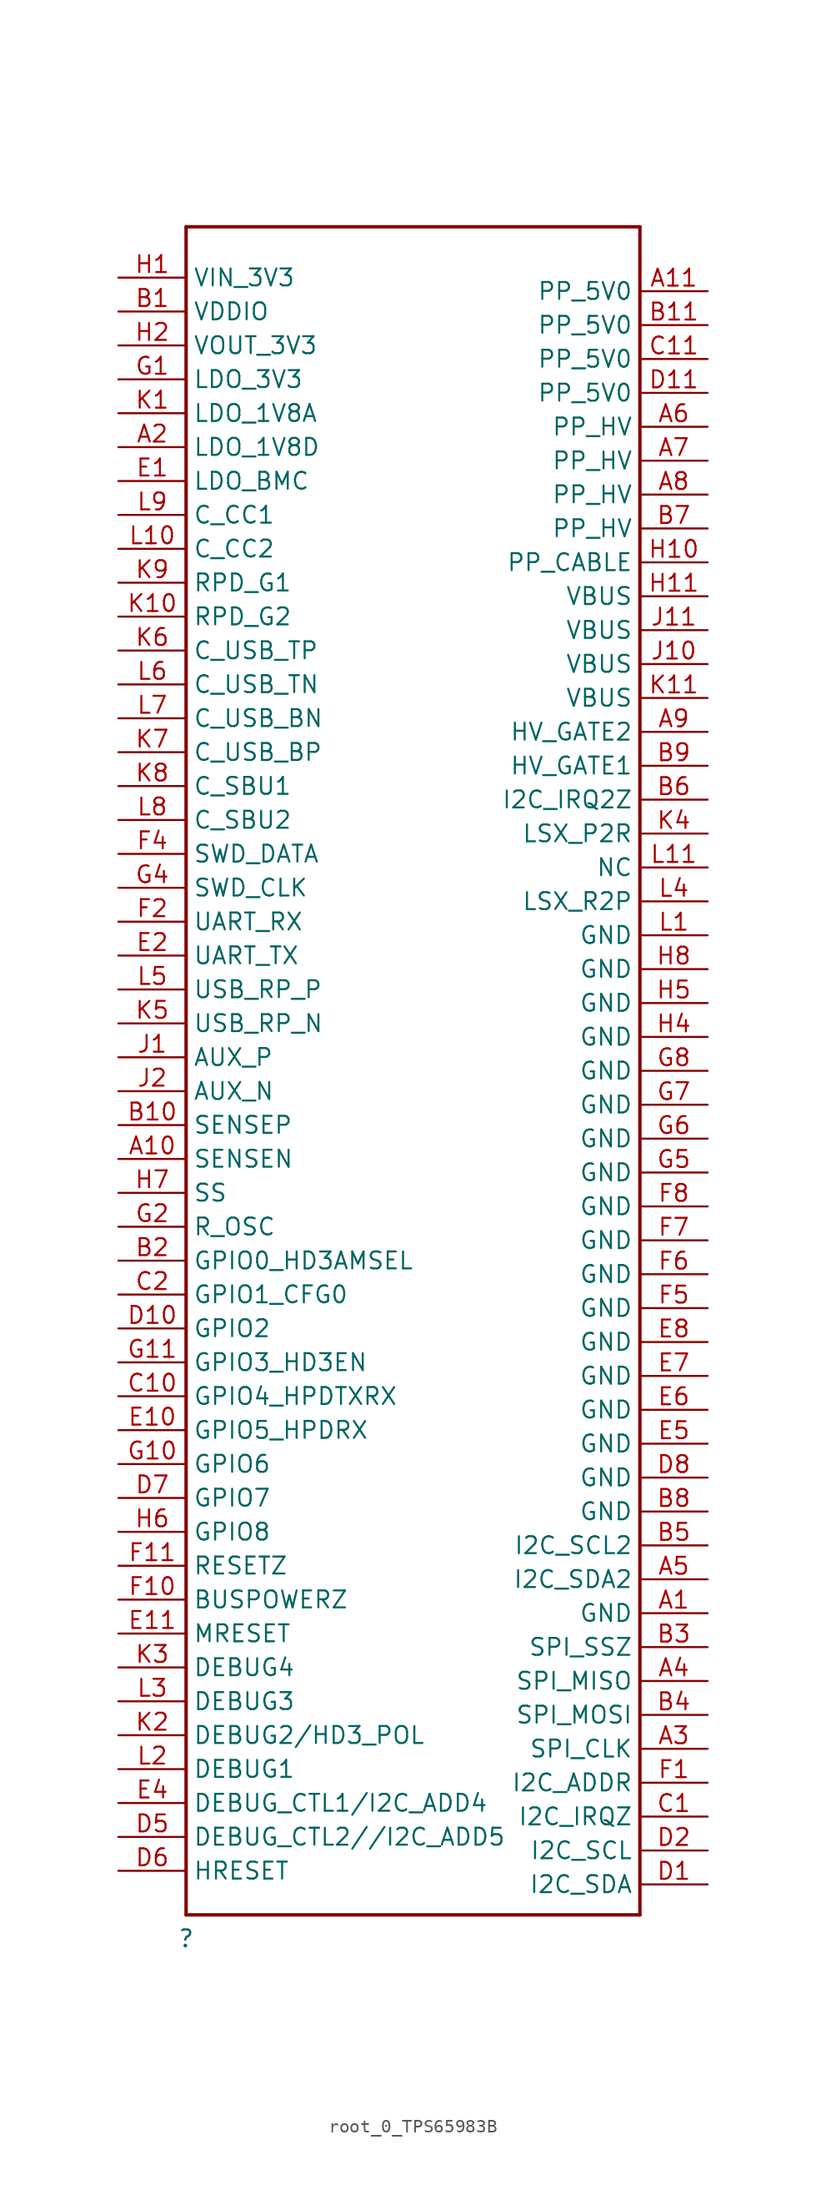
<source format=kicad_sym>
(kicad_symbol_lib
  (version 20220914)
  (generator kicad_symbol_editor)
  (symbol "root_0_TPS65983B"
    (property "Reference" ""
      (at 0 0 0)
      (effects (font (size 1.27 1.27))))
    (property "Value" ""
      (at 0 0 0)
      (effects (font (size 1.27 1.27))))
    (symbol "root_0_TPS65983B_1_0"
      (polyline (pts (xy 0 1.778) (xy 0 128.27)) (stroke (width 0.254) (type solid)) (fill (type none)))
      (polyline (pts (xy 0 128.27) (xy 34.036 128.27)) (stroke (width 0.254) (type solid)) (fill (type none)))
      (polyline (pts (xy 34.036 1.778) (xy 0 1.778)) (stroke (width 0.254) (type solid)) (fill (type none)))
      (polyline (pts (xy 34.036 128.27) (xy 34.036 1.778)) (stroke (width 0.254) (type solid)) (fill (type none)))
      (pin passive line (at 39.116 24.384 180) (length 5.08) (name "GND" (effects (font (size 1.27 1.27)))) (number "A1" (effects (font (size 1.27 1.27)))))
      (pin passive line (at -5.08 58.42 0) (length 5.08) (name "SENSEN" (effects (font (size 1.27 1.27)))) (number "A10" (effects (font (size 1.27 1.27)))))
      (pin passive line (at 39.116 123.444 180) (length 5.08) (name "PP_5V0" (effects (font (size 1.27 1.27)))) (number "A11" (effects (font (size 1.27 1.27)))))
      (pin passive line (at -5.08 111.76 0) (length 5.08) (name "LDO_1V8D" (effects (font (size 1.27 1.27)))) (number "A2" (effects (font (size 1.27 1.27)))))
      (pin passive line (at 39.116 14.224 180) (length 5.08) (name "SPI_CLK" (effects (font (size 1.27 1.27)))) (number "A3" (effects (font (size 1.27 1.27)))))
      (pin passive line (at 39.116 19.304 180) (length 5.08) (name "SPI_MISO" (effects (font (size 1.27 1.27)))) (number "A4" (effects (font (size 1.27 1.27)))))
      (pin passive line (at 39.116 26.924 180) (length 5.08) (name "I2C_SDA2" (effects (font (size 1.27 1.27)))) (number "A5" (effects (font (size 1.27 1.27)))))
      (pin passive line (at 39.116 113.284 180) (length 5.08) (name "PP_HV" (effects (font (size 1.27 1.27)))) (number "A6" (effects (font (size 1.27 1.27)))))
      (pin passive line (at 39.116 110.744 180) (length 5.08) (name "PP_HV" (effects (font (size 1.27 1.27)))) (number "A7" (effects (font (size 1.27 1.27)))))
      (pin passive line (at 39.116 108.204 180) (length 5.08) (name "PP_HV" (effects (font (size 1.27 1.27)))) (number "A8" (effects (font (size 1.27 1.27)))))
      (pin passive line (at 39.116 90.424 180) (length 5.08) (name "HV_GATE2" (effects (font (size 1.27 1.27)))) (number "A9" (effects (font (size 1.27 1.27)))))
      (pin passive line (at -5.08 121.92 0) (length 5.08) (name "VDDIO" (effects (font (size 1.27 1.27)))) (number "B1" (effects (font (size 1.27 1.27)))))
      (pin passive line (at -5.08 60.96 0) (length 5.08) (name "SENSEP" (effects (font (size 1.27 1.27)))) (number "B10" (effects (font (size 1.27 1.27)))))
      (pin passive line (at 39.116 120.904 180) (length 5.08) (name "PP_5V0" (effects (font (size 1.27 1.27)))) (number "B11" (effects (font (size 1.27 1.27)))))
      (pin passive line (at -5.08 50.8 0) (length 5.08) (name "GPIO0_HD3AMSEL" (effects (font (size 1.27 1.27)))) (number "B2" (effects (font (size 1.27 1.27)))))
      (pin passive line (at 39.116 21.844 180) (length 5.08) (name "SPI_SSZ" (effects (font (size 1.27 1.27)))) (number "B3" (effects (font (size 1.27 1.27)))))
      (pin passive line (at 39.116 16.764 180) (length 5.08) (name "SPI_MOSI" (effects (font (size 1.27 1.27)))) (number "B4" (effects (font (size 1.27 1.27)))))
      (pin passive line (at 39.116 29.464 180) (length 5.08) (name "I2C_SCL2" (effects (font (size 1.27 1.27)))) (number "B5" (effects (font (size 1.27 1.27)))))
      (pin passive line (at 39.116 85.344 180) (length 5.08) (name "I2C_IRQ2Z" (effects (font (size 1.27 1.27)))) (number "B6" (effects (font (size 1.27 1.27)))))
      (pin passive line (at 39.116 105.664 180) (length 5.08) (name "PP_HV" (effects (font (size 1.27 1.27)))) (number "B7" (effects (font (size 1.27 1.27)))))
      (pin passive line (at 39.116 32.004 180) (length 5.08) (name "GND" (effects (font (size 1.27 1.27)))) (number "B8" (effects (font (size 1.27 1.27)))))
      (pin passive line (at 39.116 87.884 180) (length 5.08) (name "HV_GATE1" (effects (font (size 1.27 1.27)))) (number "B9" (effects (font (size 1.27 1.27)))))
      (pin passive line (at 39.116 9.144 180) (length 5.08) (name "I2C_IRQZ" (effects (font (size 1.27 1.27)))) (number "C1" (effects (font (size 1.27 1.27)))))
      (pin passive line (at -5.08 40.64 0) (length 5.08) (name "GPIO4_HPDTXRX" (effects (font (size 1.27 1.27)))) (number "C10" (effects (font (size 1.27 1.27)))))
      (pin passive line (at 39.116 118.364 180) (length 5.08) (name "PP_5V0" (effects (font (size 1.27 1.27)))) (number "C11" (effects (font (size 1.27 1.27)))))
      (pin passive line (at -5.08 48.26 0) (length 5.08) (name "GPIO1_CFG0" (effects (font (size 1.27 1.27)))) (number "C2" (effects (font (size 1.27 1.27)))))
      (pin passive line (at 39.116 4.064 180) (length 5.08) (name "I2C_SDA" (effects (font (size 1.27 1.27)))) (number "D1" (effects (font (size 1.27 1.27)))))
      (pin passive line (at -5.08 45.72 0) (length 5.08) (name "GPIO2" (effects (font (size 1.27 1.27)))) (number "D10" (effects (font (size 1.27 1.27)))))
      (pin passive line (at 39.116 115.824 180) (length 5.08) (name "PP_5V0" (effects (font (size 1.27 1.27)))) (number "D11" (effects (font (size 1.27 1.27)))))
      (pin passive line (at 39.116 6.604 180) (length 5.08) (name "I2C_SCL" (effects (font (size 1.27 1.27)))) (number "D2" (effects (font (size 1.27 1.27)))))
      (pin passive line (at -5.08 7.62 0) (length 5.08) (name "DEBUG_CTL2//I2C_ADD5" (effects (font (size 1.27 1.27)))) (number "D5" (effects (font (size 1.27 1.27)))))
      (pin passive line (at -5.08 5.08 0) (length 5.08) (name "HRESET" (effects (font (size 1.27 1.27)))) (number "D6" (effects (font (size 1.27 1.27)))))
      (pin passive line (at -5.08 33.02 0) (length 5.08) (name "GPIO7" (effects (font (size 1.27 1.27)))) (number "D7" (effects (font (size 1.27 1.27)))))
      (pin passive line (at 39.116 34.544 180) (length 5.08) (name "GND" (effects (font (size 1.27 1.27)))) (number "D8" (effects (font (size 1.27 1.27)))))
      (pin passive line (at -5.08 109.22 0) (length 5.08) (name "LDO_BMC" (effects (font (size 1.27 1.27)))) (number "E1" (effects (font (size 1.27 1.27)))))
      (pin passive line (at -5.08 38.1 0) (length 5.08) (name "GPIO5_HPDRX" (effects (font (size 1.27 1.27)))) (number "E10" (effects (font (size 1.27 1.27)))))
      (pin passive line (at -5.08 22.86 0) (length 5.08) (name "MRESET" (effects (font (size 1.27 1.27)))) (number "E11" (effects (font (size 1.27 1.27)))))
      (pin passive line (at -5.08 73.66 0) (length 5.08) (name "UART_TX" (effects (font (size 1.27 1.27)))) (number "E2" (effects (font (size 1.27 1.27)))))
      (pin passive line (at -5.08 10.16 0) (length 5.08) (name "DEBUG_CTL1/I2C_ADD4" (effects (font (size 1.27 1.27)))) (number "E4" (effects (font (size 1.27 1.27)))))
      (pin passive line (at 39.116 37.084 180) (length 5.08) (name "GND" (effects (font (size 1.27 1.27)))) (number "E5" (effects (font (size 1.27 1.27)))))
      (pin passive line (at 39.116 39.624 180) (length 5.08) (name "GND" (effects (font (size 1.27 1.27)))) (number "E6" (effects (font (size 1.27 1.27)))))
      (pin passive line (at 39.116 42.164 180) (length 5.08) (name "GND" (effects (font (size 1.27 1.27)))) (number "E7" (effects (font (size 1.27 1.27)))))
      (pin passive line (at 39.116 44.704 180) (length 5.08) (name "GND" (effects (font (size 1.27 1.27)))) (number "E8" (effects (font (size 1.27 1.27)))))
      (pin passive line (at 39.116 11.684 180) (length 5.08) (name "I2C_ADDR" (effects (font (size 1.27 1.27)))) (number "F1" (effects (font (size 1.27 1.27)))))
      (pin passive line (at -5.08 25.4 0) (length 5.08) (name "BUSPOWERZ" (effects (font (size 1.27 1.27)))) (number "F10" (effects (font (size 1.27 1.27)))))
      (pin passive line (at -5.08 27.94 0) (length 5.08) (name "RESETZ" (effects (font (size 1.27 1.27)))) (number "F11" (effects (font (size 1.27 1.27)))))
      (pin passive line (at -5.08 76.2 0) (length 5.08) (name "UART_RX" (effects (font (size 1.27 1.27)))) (number "F2" (effects (font (size 1.27 1.27)))))
      (pin passive line (at -5.08 81.28 0) (length 5.08) (name "SWD_DATA" (effects (font (size 1.27 1.27)))) (number "F4" (effects (font (size 1.27 1.27)))))
      (pin passive line (at 39.116 47.244 180) (length 5.08) (name "GND" (effects (font (size 1.27 1.27)))) (number "F5" (effects (font (size 1.27 1.27)))))
      (pin passive line (at 39.116 49.784 180) (length 5.08) (name "GND" (effects (font (size 1.27 1.27)))) (number "F6" (effects (font (size 1.27 1.27)))))
      (pin passive line (at 39.116 52.324 180) (length 5.08) (name "GND" (effects (font (size 1.27 1.27)))) (number "F7" (effects (font (size 1.27 1.27)))))
      (pin passive line (at 39.116 54.864 180) (length 5.08) (name "GND" (effects (font (size 1.27 1.27)))) (number "F8" (effects (font (size 1.27 1.27)))))
      (pin passive line (at -5.08 116.84 0) (length 5.08) (name "LDO_3V3" (effects (font (size 1.27 1.27)))) (number "G1" (effects (font (size 1.27 1.27)))))
      (pin passive line (at -5.08 35.56 0) (length 5.08) (name "GPIO6" (effects (font (size 1.27 1.27)))) (number "G10" (effects (font (size 1.27 1.27)))))
      (pin passive line (at -5.08 43.18 0) (length 5.08) (name "GPIO3_HD3EN" (effects (font (size 1.27 1.27)))) (number "G11" (effects (font (size 1.27 1.27)))))
      (pin passive line (at -5.08 53.34 0) (length 5.08) (name "R_OSC" (effects (font (size 1.27 1.27)))) (number "G2" (effects (font (size 1.27 1.27)))))
      (pin passive line (at -5.08 78.74 0) (length 5.08) (name "SWD_CLK" (effects (font (size 1.27 1.27)))) (number "G4" (effects (font (size 1.27 1.27)))))
      (pin passive line (at 39.116 57.404 180) (length 5.08) (name "GND" (effects (font (size 1.27 1.27)))) (number "G5" (effects (font (size 1.27 1.27)))))
      (pin passive line (at 39.116 59.944 180) (length 5.08) (name "GND" (effects (font (size 1.27 1.27)))) (number "G6" (effects (font (size 1.27 1.27)))))
      (pin passive line (at 39.116 62.484 180) (length 5.08) (name "GND" (effects (font (size 1.27 1.27)))) (number "G7" (effects (font (size 1.27 1.27)))))
      (pin passive line (at 39.116 65.024 180) (length 5.08) (name "GND" (effects (font (size 1.27 1.27)))) (number "G8" (effects (font (size 1.27 1.27)))))
      (pin passive line (at -5.08 124.46 0) (length 5.08) (name "VIN_3V3" (effects (font (size 1.27 1.27)))) (number "H1" (effects (font (size 1.27 1.27)))))
      (pin passive line (at 39.116 103.124 180) (length 5.08) (name "PP_CABLE" (effects (font (size 1.27 1.27)))) (number "H10" (effects (font (size 1.27 1.27)))))
      (pin passive line (at 39.116 100.584 180) (length 5.08) (name "VBUS" (effects (font (size 1.27 1.27)))) (number "H11" (effects (font (size 1.27 1.27)))))
      (pin passive line (at -5.08 119.38 0) (length 5.08) (name "VOUT_3V3" (effects (font (size 1.27 1.27)))) (number "H2" (effects (font (size 1.27 1.27)))))
      (pin passive line (at 39.116 67.564 180) (length 5.08) (name "GND" (effects (font (size 1.27 1.27)))) (number "H4" (effects (font (size 1.27 1.27)))))
      (pin passive line (at 39.116 70.104 180) (length 5.08) (name "GND" (effects (font (size 1.27 1.27)))) (number "H5" (effects (font (size 1.27 1.27)))))
      (pin passive line (at -5.08 30.48 0) (length 5.08) (name "GPIO8" (effects (font (size 1.27 1.27)))) (number "H6" (effects (font (size 1.27 1.27)))))
      (pin passive line (at -5.08 55.88 0) (length 5.08) (name "SS" (effects (font (size 1.27 1.27)))) (number "H7" (effects (font (size 1.27 1.27)))))
      (pin passive line (at 39.116 72.644 180) (length 5.08) (name "GND" (effects (font (size 1.27 1.27)))) (number "H8" (effects (font (size 1.27 1.27)))))
      (pin passive line (at -5.08 66.04 0) (length 5.08) (name "AUX_P" (effects (font (size 1.27 1.27)))) (number "J1" (effects (font (size 1.27 1.27)))))
      (pin passive line (at 39.116 95.504 180) (length 5.08) (name "VBUS" (effects (font (size 1.27 1.27)))) (number "J10" (effects (font (size 1.27 1.27)))))
      (pin passive line (at 39.116 98.044 180) (length 5.08) (name "VBUS" (effects (font (size 1.27 1.27)))) (number "J11" (effects (font (size 1.27 1.27)))))
      (pin passive line (at -5.08 63.5 0) (length 5.08) (name "AUX_N" (effects (font (size 1.27 1.27)))) (number "J2" (effects (font (size 1.27 1.27)))))
      (pin passive line (at -5.08 114.3 0) (length 5.08) (name "LDO_1V8A" (effects (font (size 1.27 1.27)))) (number "K1" (effects (font (size 1.27 1.27)))))
      (pin passive line (at -5.08 99.06 0) (length 5.08) (name "RPD_G2" (effects (font (size 1.27 1.27)))) (number "K10" (effects (font (size 1.27 1.27)))))
      (pin passive line (at 39.116 92.964 180) (length 5.08) (name "VBUS" (effects (font (size 1.27 1.27)))) (number "K11" (effects (font (size 1.27 1.27)))))
      (pin passive line (at -5.08 15.24 0) (length 5.08) (name "DEBUG2/HD3_POL" (effects (font (size 1.27 1.27)))) (number "K2" (effects (font (size 1.27 1.27)))))
      (pin passive line (at -5.08 20.32 0) (length 5.08) (name "DEBUG4" (effects (font (size 1.27 1.27)))) (number "K3" (effects (font (size 1.27 1.27)))))
      (pin passive line (at 39.116 82.804 180) (length 5.08) (name "LSX_P2R" (effects (font (size 1.27 1.27)))) (number "K4" (effects (font (size 1.27 1.27)))))
      (pin passive line (at -5.08 68.58 0) (length 5.08) (name "USB_RP_N" (effects (font (size 1.27 1.27)))) (number "K5" (effects (font (size 1.27 1.27)))))
      (pin passive line (at -5.08 96.52 0) (length 5.08) (name "C_USB_TP" (effects (font (size 1.27 1.27)))) (number "K6" (effects (font (size 1.27 1.27)))))
      (pin passive line (at -5.08 88.9 0) (length 5.08) (name "C_USB_BP" (effects (font (size 1.27 1.27)))) (number "K7" (effects (font (size 1.27 1.27)))))
      (pin passive line (at -5.08 86.36 0) (length 5.08) (name "C_SBU1" (effects (font (size 1.27 1.27)))) (number "K8" (effects (font (size 1.27 1.27)))))
      (pin passive line (at -5.08 101.6 0) (length 5.08) (name "RPD_G1" (effects (font (size 1.27 1.27)))) (number "K9" (effects (font (size 1.27 1.27)))))
      (pin passive line (at 39.116 75.184 180) (length 5.08) (name "GND" (effects (font (size 1.27 1.27)))) (number "L1" (effects (font (size 1.27 1.27)))))
      (pin passive line (at -5.08 104.14 0) (length 5.08) (name "C_CC2" (effects (font (size 1.27 1.27)))) (number "L10" (effects (font (size 1.27 1.27)))))
      (pin passive line (at 39.116 80.264 180) (length 5.08) (name "NC" (effects (font (size 1.27 1.27)))) (number "L11" (effects (font (size 1.27 1.27)))))
      (pin passive line (at -5.08 12.7 0) (length 5.08) (name "DEBUG1" (effects (font (size 1.27 1.27)))) (number "L2" (effects (font (size 1.27 1.27)))))
      (pin passive line (at -5.08 17.78 0) (length 5.08) (name "DEBUG3" (effects (font (size 1.27 1.27)))) (number "L3" (effects (font (size 1.27 1.27)))))
      (pin passive line (at 39.116 77.724 180) (length 5.08) (name "LSX_R2P" (effects (font (size 1.27 1.27)))) (number "L4" (effects (font (size 1.27 1.27)))))
      (pin passive line (at -5.08 71.12 0) (length 5.08) (name "USB_RP_P" (effects (font (size 1.27 1.27)))) (number "L5" (effects (font (size 1.27 1.27)))))
      (pin passive line (at -5.08 93.98 0) (length 5.08) (name "C_USB_TN" (effects (font (size 1.27 1.27)))) (number "L6" (effects (font (size 1.27 1.27)))))
      (pin passive line (at -5.08 91.44 0) (length 5.08) (name "C_USB_BN" (effects (font (size 1.27 1.27)))) (number "L7" (effects (font (size 1.27 1.27)))))
      (pin passive line (at -5.08 83.82 0) (length 5.08) (name "C_SBU2" (effects (font (size 1.27 1.27)))) (number "L8" (effects (font (size 1.27 1.27)))))
      (pin passive line (at -5.08 106.68 0) (length 5.08) (name "C_CC1" (effects (font (size 1.27 1.27)))) (number "L9" (effects (font (size 1.27 1.27))))))))
</source>
